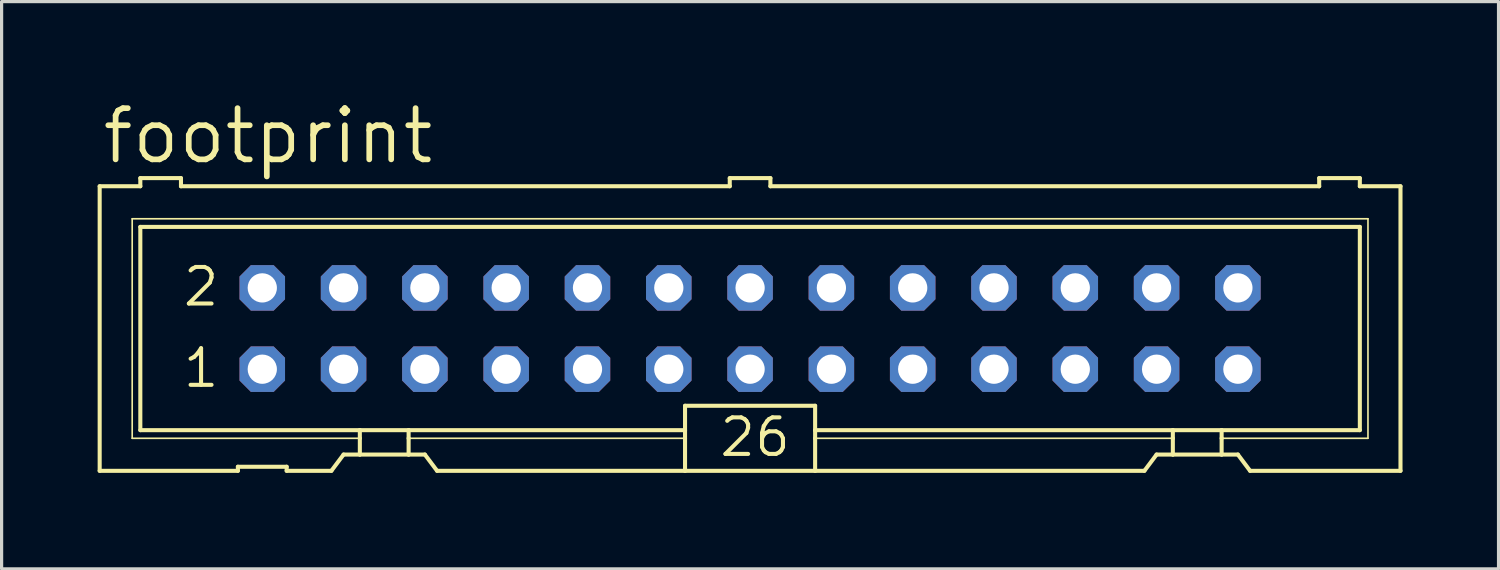
<source format=kicad_pcb>
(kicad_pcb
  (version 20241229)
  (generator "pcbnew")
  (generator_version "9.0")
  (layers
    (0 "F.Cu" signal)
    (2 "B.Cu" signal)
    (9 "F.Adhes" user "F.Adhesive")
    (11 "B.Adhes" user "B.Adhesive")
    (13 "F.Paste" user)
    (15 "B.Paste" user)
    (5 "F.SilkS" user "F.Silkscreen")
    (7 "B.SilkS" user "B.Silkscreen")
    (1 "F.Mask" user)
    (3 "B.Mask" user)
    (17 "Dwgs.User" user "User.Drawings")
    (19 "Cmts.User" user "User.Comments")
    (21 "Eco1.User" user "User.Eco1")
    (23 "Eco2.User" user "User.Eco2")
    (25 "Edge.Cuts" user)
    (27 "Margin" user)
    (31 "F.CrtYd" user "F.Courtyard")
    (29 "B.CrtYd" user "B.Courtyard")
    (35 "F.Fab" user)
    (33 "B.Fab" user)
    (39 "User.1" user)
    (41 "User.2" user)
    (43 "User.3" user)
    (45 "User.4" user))
  (footprint "footprint"
    (layer "F.Cu")
    (at 20.384 7.214)
    (property "Reference" "footprint" (at -20.32 -5.08 0) (layer "F.SilkS") (effects (font (size 1.6 1.6) (thickness 0.178)) (justify left bottom)))
    (fp_line (start -20.32 -4.445) (end -20.32 4.445) (stroke (width 0.127) (type solid)) (layer "F.SilkS"))
    (fp_line (start -20.32 -4.445) (end -19.05 -4.445) (stroke (width 0.127) (type solid)) (layer "F.SilkS"))
    (fp_line (start -20.32 4.445) (end -16.002 4.445) (stroke (width 0.127) (type solid)) (layer "F.SilkS"))
    (fp_line (start -19.304 -3.429) (end -19.304 3.429) (stroke (width 0.051) (type solid)) (layer "F.SilkS"))
    (fp_line (start -19.304 3.429) (end -12.192 3.429) (stroke (width 0.051) (type solid)) (layer "F.SilkS"))
    (fp_line (start -19.05 -4.699) (end -19.05 -4.445) (stroke (width 0.127) (type solid)) (layer "F.SilkS"))
    (fp_line (start -19.05 -3.175) (end -19.05 3.175) (stroke (width 0.127) (type solid)) (layer "F.SilkS"))
    (fp_line (start -19.05 -3.175) (end 19.05 -3.175) (stroke (width 0.127) (type solid)) (layer "F.SilkS"))
    (fp_line (start -17.78 -4.699) (end -19.05 -4.699) (stroke (width 0.127) (type solid)) (layer "F.SilkS"))
    (fp_line (start -17.78 -4.699) (end -17.78 -4.445) (stroke (width 0.127) (type solid)) (layer "F.SilkS"))
    (fp_line (start -17.78 -4.445) (end -0.635 -4.445) (stroke (width 0.127) (type solid)) (layer "F.SilkS"))
    (fp_line (start -16.002 4.318) (end -16.002 4.445) (stroke (width 0.127) (type solid)) (layer "F.SilkS"))
    (fp_line (start -16.002 4.318) (end -14.478 4.318) (stroke (width 0.127) (type solid)) (layer "F.SilkS"))
    (fp_line (start -14.478 4.445) (end -14.478 4.318) (stroke (width 0.127) (type solid)) (layer "F.SilkS"))
    (fp_line (start -14.478 4.445) (end -13.081 4.445) (stroke (width 0.127) (type solid)) (layer "F.SilkS"))
    (fp_line (start -13.081 4.445) (end -12.7 3.937) (stroke (width 0.127) (type solid)) (layer "F.SilkS"))
    (fp_line (start -12.192 3.175) (end -19.05 3.175) (stroke (width 0.127) (type solid)) (layer "F.SilkS"))
    (fp_line (start -12.192 3.175) (end -12.192 3.429) (stroke (width 0.127) (type solid)) (layer "F.SilkS"))
    (fp_line (start -12.192 3.429) (end -12.192 3.937) (stroke (width 0.127) (type solid)) (layer "F.SilkS"))
    (fp_line (start -12.192 3.937) (end -12.7 3.937) (stroke (width 0.127) (type solid)) (layer "F.SilkS"))
    (fp_line (start -10.668 3.175) (end -12.192 3.175) (stroke (width 0.127) (type solid)) (layer "F.SilkS"))
    (fp_line (start -10.668 3.175) (end -10.668 3.429) (stroke (width 0.127) (type solid)) (layer "F.SilkS"))
    (fp_line (start -10.668 3.429) (end -10.668 3.937) (stroke (width 0.127) (type solid)) (layer "F.SilkS"))
    (fp_line (start -10.668 3.429) (end -2.032 3.429) (stroke (width 0.051) (type solid)) (layer "F.SilkS"))
    (fp_line (start -10.668 3.937) (end -12.192 3.937) (stroke (width 0.127) (type solid)) (layer "F.SilkS"))
    (fp_line (start -10.16 3.937) (end -10.668 3.937) (stroke (width 0.127) (type solid)) (layer "F.SilkS"))
    (fp_line (start -10.16 3.937) (end -9.779 4.445) (stroke (width 0.127) (type solid)) (layer "F.SilkS"))
    (fp_line (start -9.779 4.445) (end -2.032 4.445) (stroke (width 0.127) (type solid)) (layer "F.SilkS"))
    (fp_line (start -2.032 3.175) (end -10.668 3.175) (stroke (width 0.127) (type solid)) (layer "F.SilkS"))
    (fp_line (start -2.032 3.175) (end -2.032 2.413) (stroke (width 0.127) (type solid)) (layer "F.SilkS"))
    (fp_line (start -2.032 3.175) (end -2.032 3.429) (stroke (width 0.127) (type solid)) (layer "F.SilkS"))
    (fp_line (start -2.032 3.429) (end -2.032 4.445) (stroke (width 0.127) (type solid)) (layer "F.SilkS"))
    (fp_line (start -0.635 -4.699) (end -0.635 -4.445) (stroke (width 0.127) (type solid)) (layer "F.SilkS"))
    (fp_line (start 0.635 -4.699) (end -0.635 -4.699) (stroke (width 0.127) (type solid)) (layer "F.SilkS"))
    (fp_line (start 0.635 -4.699) (end 0.635 -4.445) (stroke (width 0.127) (type solid)) (layer "F.SilkS"))
    (fp_line (start 0.635 -4.445) (end 17.78 -4.445) (stroke (width 0.127) (type solid)) (layer "F.SilkS"))
    (fp_line (start 2.032 2.413) (end -2.032 2.413) (stroke (width 0.127) (type solid)) (layer "F.SilkS"))
    (fp_line (start 2.032 2.413) (end 2.032 3.175) (stroke (width 0.127) (type solid)) (layer "F.SilkS"))
    (fp_line (start 2.032 3.175) (end 2.032 3.429) (stroke (width 0.127) (type solid)) (layer "F.SilkS"))
    (fp_line (start 2.032 3.429) (end 2.032 4.445) (stroke (width 0.127) (type solid)) (layer "F.SilkS"))
    (fp_line (start 2.032 4.445) (end -2.032 4.445) (stroke (width 0.127) (type solid)) (layer "F.SilkS"))
    (fp_line (start 12.319 4.445) (end 2.032 4.445) (stroke (width 0.127) (type solid)) (layer "F.SilkS"))
    (fp_line (start 12.319 4.445) (end 12.7 3.937) (stroke (width 0.127) (type solid)) (layer "F.SilkS"))
    (fp_line (start 13.208 3.175) (end 2.032 3.175) (stroke (width 0.127) (type solid)) (layer "F.SilkS"))
    (fp_line (start 13.208 3.175) (end 13.208 3.429) (stroke (width 0.127) (type solid)) (layer "F.SilkS"))
    (fp_line (start 13.208 3.429) (end 2.032 3.429) (stroke (width 0.051) (type solid)) (layer "F.SilkS"))
    (fp_line (start 13.208 3.429) (end 13.208 3.937) (stroke (width 0.127) (type solid)) (layer "F.SilkS"))
    (fp_line (start 13.208 3.937) (end 12.7 3.937) (stroke (width 0.127) (type solid)) (layer "F.SilkS"))
    (fp_line (start 14.732 3.175) (end 13.208 3.175) (stroke (width 0.127) (type solid)) (layer "F.SilkS"))
    (fp_line (start 14.732 3.175) (end 14.732 3.429) (stroke (width 0.127) (type solid)) (layer "F.SilkS"))
    (fp_line (start 14.732 3.429) (end 14.732 3.937) (stroke (width 0.127) (type solid)) (layer "F.SilkS"))
    (fp_line (start 14.732 3.429) (end 19.304 3.429) (stroke (width 0.051) (type solid)) (layer "F.SilkS"))
    (fp_line (start 14.732 3.937) (end 13.208 3.937) (stroke (width 0.127) (type solid)) (layer "F.SilkS"))
    (fp_line (start 15.24 3.937) (end 14.732 3.937) (stroke (width 0.127) (type solid)) (layer "F.SilkS"))
    (fp_line (start 15.24 3.937) (end 15.621 4.445) (stroke (width 0.127) (type solid)) (layer "F.SilkS"))
    (fp_line (start 17.78 -4.445) (end 17.78 -4.699) (stroke (width 0.127) (type solid)) (layer "F.SilkS"))
    (fp_line (start 19.05 -4.699) (end 17.78 -4.699) (stroke (width 0.127) (type solid)) (layer "F.SilkS"))
    (fp_line (start 19.05 -4.445) (end 19.05 -4.699) (stroke (width 0.127) (type solid)) (layer "F.SilkS"))
    (fp_line (start 19.05 -4.445) (end 20.32 -4.445) (stroke (width 0.127) (type solid)) (layer "F.SilkS"))
    (fp_line (start 19.05 3.175) (end 14.732 3.175) (stroke (width 0.127) (type solid)) (layer "F.SilkS"))
    (fp_line (start 19.05 3.175) (end 19.05 -3.175) (stroke (width 0.127) (type solid)) (layer "F.SilkS"))
    (fp_line (start 19.304 -3.429) (end -19.304 -3.429) (stroke (width 0.051) (type solid)) (layer "F.SilkS"))
    (fp_line (start 19.304 3.429) (end 19.304 -3.429) (stroke (width 0.051) (type solid)) (layer "F.SilkS"))
    (fp_line (start 20.32 4.445) (end 15.621 4.445) (stroke (width 0.127) (type solid)) (layer "F.SilkS"))
    (fp_line (start 20.32 4.445) (end 20.32 -4.445) (stroke (width 0.127) (type solid)) (layer "F.SilkS"))
    (fp_poly (pts (xy -15.494 -1.016) (xy -14.986 -1.016) (xy -14.986 -1.524) (xy -15.494 -1.524)) (stroke (width 0.1) (type solid)) (fill no) (layer "F.Fab"))
    (fp_poly (pts (xy -15.494 1.524) (xy -14.986 1.524) (xy -14.986 1.016) (xy -15.494 1.016)) (stroke (width 0.1) (type solid)) (fill no) (layer "F.Fab"))
    (fp_poly (pts (xy -12.954 -1.016) (xy -12.446 -1.016) (xy -12.446 -1.524) (xy -12.954 -1.524)) (stroke (width 0.1) (type solid)) (fill no) (layer "F.Fab"))
    (fp_poly (pts (xy -12.954 1.524) (xy -12.446 1.524) (xy -12.446 1.016) (xy -12.954 1.016)) (stroke (width 0.1) (type solid)) (fill no) (layer "F.Fab"))
    (fp_poly (pts (xy -10.414 -1.016) (xy -9.906 -1.016) (xy -9.906 -1.524) (xy -10.414 -1.524)) (stroke (width 0.1) (type solid)) (fill no) (layer "F.Fab"))
    (fp_poly (pts (xy -10.414 1.524) (xy -9.906 1.524) (xy -9.906 1.016) (xy -10.414 1.016)) (stroke (width 0.1) (type solid)) (fill no) (layer "F.Fab"))
    (fp_poly (pts (xy -7.874 -1.016) (xy -7.366 -1.016) (xy -7.366 -1.524) (xy -7.874 -1.524)) (stroke (width 0.1) (type solid)) (fill no) (layer "F.Fab"))
    (fp_poly (pts (xy -7.874 1.524) (xy -7.366 1.524) (xy -7.366 1.016) (xy -7.874 1.016)) (stroke (width 0.1) (type solid)) (fill no) (layer "F.Fab"))
    (fp_poly (pts (xy -5.334 -1.016) (xy -4.826 -1.016) (xy -4.826 -1.524) (xy -5.334 -1.524)) (stroke (width 0.1) (type solid)) (fill no) (layer "F.Fab"))
    (fp_poly (pts (xy -5.334 1.524) (xy -4.826 1.524) (xy -4.826 1.016) (xy -5.334 1.016)) (stroke (width 0.1) (type solid)) (fill no) (layer "F.Fab"))
    (fp_poly (pts (xy -2.794 -1.016) (xy -2.286 -1.016) (xy -2.286 -1.524) (xy -2.794 -1.524)) (stroke (width 0.1) (type solid)) (fill no) (layer "F.Fab"))
    (fp_poly (pts (xy -2.794 1.524) (xy -2.286 1.524) (xy -2.286 1.016) (xy -2.794 1.016)) (stroke (width 0.1) (type solid)) (fill no) (layer "F.Fab"))
    (fp_poly (pts (xy -0.254 -1.016) (xy 0.254 -1.016) (xy 0.254 -1.524) (xy -0.254 -1.524)) (stroke (width 0.1) (type solid)) (fill no) (layer "F.Fab"))
    (fp_poly (pts (xy -0.254 1.524) (xy 0.254 1.524) (xy 0.254 1.016) (xy -0.254 1.016)) (stroke (width 0.1) (type solid)) (fill no) (layer "F.Fab"))
    (fp_poly (pts (xy 2.286 -1.016) (xy 2.794 -1.016) (xy 2.794 -1.524) (xy 2.286 -1.524)) (stroke (width 0.1) (type solid)) (fill no) (layer "F.Fab"))
    (fp_poly (pts (xy 2.286 1.524) (xy 2.794 1.524) (xy 2.794 1.016) (xy 2.286 1.016)) (stroke (width 0.1) (type solid)) (fill no) (layer "F.Fab"))
    (fp_poly (pts (xy 4.826 -1.016) (xy 5.334 -1.016) (xy 5.334 -1.524) (xy 4.826 -1.524)) (stroke (width 0.1) (type solid)) (fill no) (layer "F.Fab"))
    (fp_poly (pts (xy 4.826 1.524) (xy 5.334 1.524) (xy 5.334 1.016) (xy 4.826 1.016)) (stroke (width 0.1) (type solid)) (fill no) (layer "F.Fab"))
    (fp_poly (pts (xy 7.366 -1.016) (xy 7.874 -1.016) (xy 7.874 -1.524) (xy 7.366 -1.524)) (stroke (width 0.1) (type solid)) (fill no) (layer "F.Fab"))
    (fp_poly (pts (xy 7.366 1.524) (xy 7.874 1.524) (xy 7.874 1.016) (xy 7.366 1.016)) (stroke (width 0.1) (type solid)) (fill no) (layer "F.Fab"))
    (fp_poly (pts (xy 9.906 -1.016) (xy 10.414 -1.016) (xy 10.414 -1.524) (xy 9.906 -1.524)) (stroke (width 0.1) (type solid)) (fill no) (layer "F.Fab"))
    (fp_poly (pts (xy 9.906 1.524) (xy 10.414 1.524) (xy 10.414 1.016) (xy 9.906 1.016)) (stroke (width 0.1) (type solid)) (fill no) (layer "F.Fab"))
    (fp_poly (pts (xy 12.446 -1.016) (xy 12.954 -1.016) (xy 12.954 -1.524) (xy 12.446 -1.524)) (stroke (width 0.1) (type solid)) (fill no) (layer "F.Fab"))
    (fp_poly (pts (xy 12.446 1.524) (xy 12.954 1.524) (xy 12.954 1.016) (xy 12.446 1.016)) (stroke (width 0.1) (type solid)) (fill no) (layer "F.Fab"))
    (fp_poly (pts (xy 14.986 -1.016) (xy 15.494 -1.016) (xy 15.494 -1.524) (xy 14.986 -1.524)) (stroke (width 0.1) (type solid)) (fill no) (layer "F.Fab"))
    (fp_poly (pts (xy 14.986 1.524) (xy 15.494 1.524) (xy 15.494 1.016) (xy 14.986 1.016)) (stroke (width 0.1) (type solid)) (fill no) (layer "F.Fab"))
    (fp_text user "26" (at -1.016 4.064 0) (layer "F.SilkS") (effects (font (size 1.143 1.143) (thickness 0.127)) (justify left bottom)))
    (fp_text user "1" (at -17.78 1.905 0) (layer "F.SilkS") (effects (font (size 1.143 1.143) (thickness 0.127)) (justify left bottom)))
    (fp_text user "2" (at -17.78 -0.635 0) (layer "F.SilkS") (effects (font (size 1.143 1.143) (thickness 0.127)) (justify left bottom)))
    (pad "1" thru_hole roundrect (at -15.24 1.27) (size 1.422 1.422) (drill 0.914) (layers "*.Cu" "*.Mask") (roundrect_rratio 0.25) (chamfer_ratio 0.25) (chamfer top_left top_right bottom_left bottom_right))
    (pad "2" thru_hole roundrect (at -15.24 -1.27) (size 1.422 1.422) (drill 0.914) (layers "*.Cu" "*.Mask") (roundrect_rratio 0.25) (chamfer_ratio 0.25) (chamfer top_left top_right bottom_left bottom_right))
    (pad "3" thru_hole roundrect (at -12.7 1.27) (size 1.422 1.422) (drill 0.914) (layers "*.Cu" "*.Mask") (roundrect_rratio 0.25) (chamfer_ratio 0.25) (chamfer top_left top_right bottom_left bottom_right))
    (pad "4" thru_hole roundrect (at -12.7 -1.27) (size 1.422 1.422) (drill 0.914) (layers "*.Cu" "*.Mask") (roundrect_rratio 0.25) (chamfer_ratio 0.25) (chamfer top_left top_right bottom_left bottom_right))
    (pad "5" thru_hole roundrect (at -10.16 1.27) (size 1.422 1.422) (drill 0.914) (layers "*.Cu" "*.Mask") (roundrect_rratio 0.25) (chamfer_ratio 0.25) (chamfer top_left top_right bottom_left bottom_right))
    (pad "6" thru_hole roundrect (at -10.16 -1.27) (size 1.422 1.422) (drill 0.914) (layers "*.Cu" "*.Mask") (roundrect_rratio 0.25) (chamfer_ratio 0.25) (chamfer top_left top_right bottom_left bottom_right))
    (pad "7" thru_hole roundrect (at -7.62 1.27) (size 1.422 1.422) (drill 0.914) (layers "*.Cu" "*.Mask") (roundrect_rratio 0.25) (chamfer_ratio 0.25) (chamfer top_left top_right bottom_left bottom_right))
    (pad "8" thru_hole roundrect (at -7.62 -1.27) (size 1.422 1.422) (drill 0.914) (layers "*.Cu" "*.Mask") (roundrect_rratio 0.25) (chamfer_ratio 0.25) (chamfer top_left top_right bottom_left bottom_right))
    (pad "9" thru_hole roundrect (at -5.08 1.27) (size 1.422 1.422) (drill 0.914) (layers "*.Cu" "*.Mask") (roundrect_rratio 0.25) (chamfer_ratio 0.25) (chamfer top_left top_right bottom_left bottom_right))
    (pad "10" thru_hole roundrect (at -5.08 -1.27) (size 1.422 1.422) (drill 0.914) (layers "*.Cu" "*.Mask") (roundrect_rratio 0.25) (chamfer_ratio 0.25) (chamfer top_left top_right bottom_left bottom_right))
    (pad "11" thru_hole roundrect (at -2.54 1.27) (size 1.422 1.422) (drill 0.914) (layers "*.Cu" "*.Mask") (roundrect_rratio 0.25) (chamfer_ratio 0.25) (chamfer top_left top_right bottom_left bottom_right))
    (pad "12" thru_hole roundrect (at -2.54 -1.27) (size 1.422 1.422) (drill 0.914) (layers "*.Cu" "*.Mask") (roundrect_rratio 0.25) (chamfer_ratio 0.25) (chamfer top_left top_right bottom_left bottom_right))
    (pad "13" thru_hole roundrect (at 0 1.27) (size 1.422 1.422) (drill 0.914) (layers "*.Cu" "*.Mask") (roundrect_rratio 0.25) (chamfer_ratio 0.25) (chamfer top_left top_right bottom_left bottom_right))
    (pad "14" thru_hole roundrect (at 0 -1.27) (size 1.422 1.422) (drill 0.914) (layers "*.Cu" "*.Mask") (roundrect_rratio 0.25) (chamfer_ratio 0.25) (chamfer top_left top_right bottom_left bottom_right))
    (pad "15" thru_hole roundrect (at 2.54 1.27) (size 1.422 1.422) (drill 0.914) (layers "*.Cu" "*.Mask") (roundrect_rratio 0.25) (chamfer_ratio 0.25) (chamfer top_left top_right bottom_left bottom_right))
    (pad "16" thru_hole roundrect (at 2.54 -1.27) (size 1.422 1.422) (drill 0.914) (layers "*.Cu" "*.Mask") (roundrect_rratio 0.25) (chamfer_ratio 0.25) (chamfer top_left top_right bottom_left bottom_right))
    (pad "17" thru_hole roundrect (at 5.08 1.27) (size 1.422 1.422) (drill 0.914) (layers "*.Cu" "*.Mask") (roundrect_rratio 0.25) (chamfer_ratio 0.25) (chamfer top_left top_right bottom_left bottom_right))
    (pad "18" thru_hole roundrect (at 5.08 -1.27) (size 1.422 1.422) (drill 0.914) (layers "*.Cu" "*.Mask") (roundrect_rratio 0.25) (chamfer_ratio 0.25) (chamfer top_left top_right bottom_left bottom_right))
    (pad "19" thru_hole roundrect (at 7.62 1.27) (size 1.422 1.422) (drill 0.914) (layers "*.Cu" "*.Mask") (roundrect_rratio 0.25) (chamfer_ratio 0.25) (chamfer top_left top_right bottom_left bottom_right))
    (pad "20" thru_hole roundrect (at 7.62 -1.27) (size 1.422 1.422) (drill 0.914) (layers "*.Cu" "*.Mask") (roundrect_rratio 0.25) (chamfer_ratio 0.25) (chamfer top_left top_right bottom_left bottom_right))
    (pad "21" thru_hole roundrect (at 10.16 1.27) (size 1.422 1.422) (drill 0.914) (layers "*.Cu" "*.Mask") (roundrect_rratio 0.25) (chamfer_ratio 0.25) (chamfer top_left top_right bottom_left bottom_right))
    (pad "22" thru_hole roundrect (at 10.16 -1.27) (size 1.422 1.422) (drill 0.914) (layers "*.Cu" "*.Mask") (roundrect_rratio 0.25) (chamfer_ratio 0.25) (chamfer top_left top_right bottom_left bottom_right))
    (pad "23" thru_hole roundrect (at 12.7 1.27) (size 1.422 1.422) (drill 0.914) (layers "*.Cu" "*.Mask") (roundrect_rratio 0.25) (chamfer_ratio 0.25) (chamfer top_left top_right bottom_left bottom_right))
    (pad "24" thru_hole roundrect (at 12.7 -1.27) (size 1.422 1.422) (drill 0.914) (layers "*.Cu" "*.Mask") (roundrect_rratio 0.25) (chamfer_ratio 0.25) (chamfer top_left top_right bottom_left bottom_right))
    (pad "25" thru_hole roundrect (at 15.24 1.27) (size 1.422 1.422) (drill 0.914) (layers "*.Cu" "*.Mask") (roundrect_rratio 0.25) (chamfer_ratio 0.25) (chamfer top_left top_right bottom_left bottom_right))
    (pad "26" thru_hole roundrect (at 15.24 -1.27) (size 1.422 1.422) (drill 0.914) (layers "*.Cu" "*.Mask") (roundrect_rratio 0.25) (chamfer_ratio 0.25) (chamfer top_left top_right bottom_left bottom_right)))
  (gr_rect
    (start -3 -3)
    (end 43.767 14.722)
    (stroke (width 0.1) (type default))
    (fill no)
    (layer "Edge.Cuts")))
</source>
